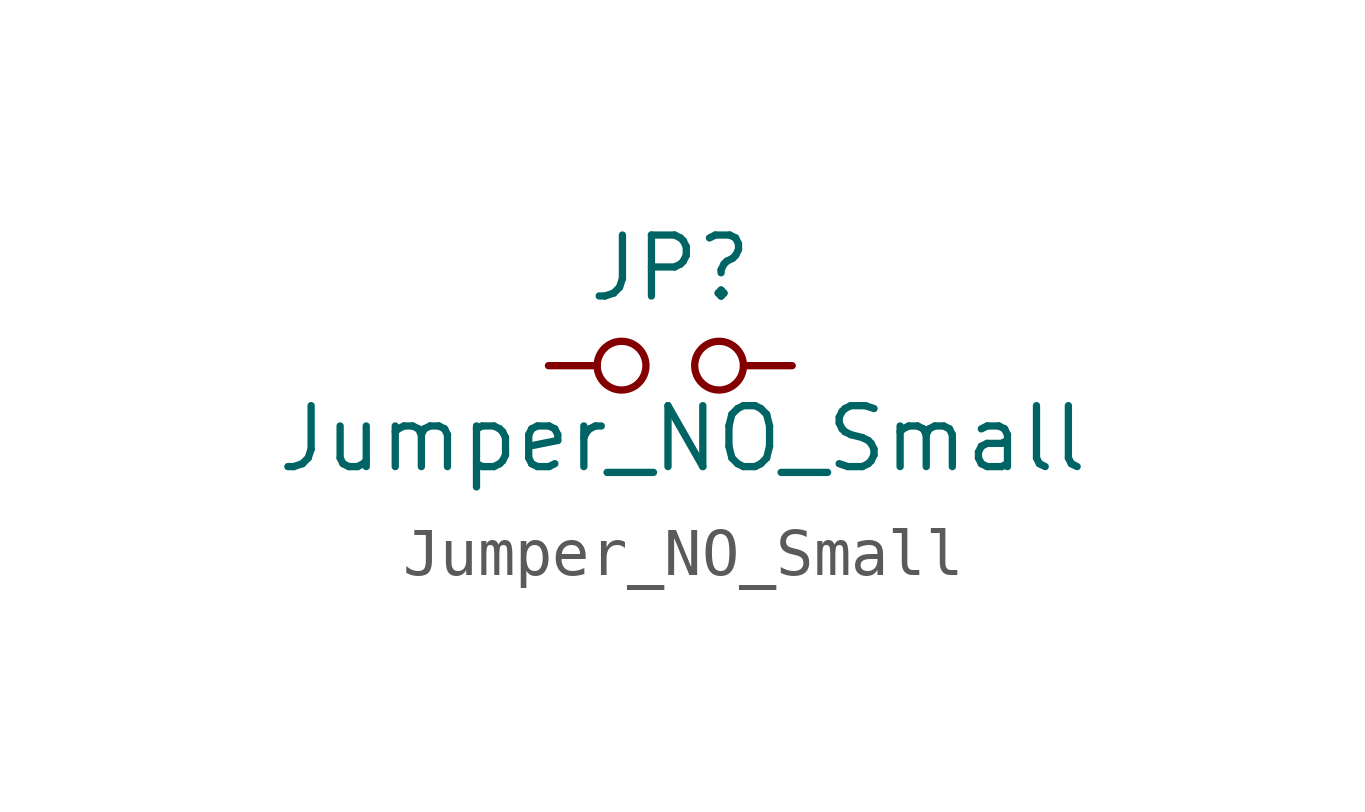
<source format=kicad_sym>
(kicad_symbol_lib
  (version 20231120)
  (generator "kicad_symbol_editor")
  (generator_version "8.0")
  (symbol "Jumper_NO_Small"
    (pin_numbers hide)
    (pin_names
      (offset 0.762) hide)
    (property "Reference" "JP"
      (at 0 2.032 0)
      (effects (font (size 1.27 1.27))))
    (property "Value" "Jumper_NO_Small"
      (at 0.254 -1.524 0)
      (effects (font (size 1.27 1.27))))
    (symbol "Jumper_NO_Small_0_1"
      (circle (center -1.016 0) (radius 0.508) (stroke (width 0) (type solid)) (fill (type none)))
      (circle (center 1.016 0) (radius 0.508) (stroke (width 0) (type solid)) (fill (type none)))
      (pin passive line (at -2.54 0 0) (length 1.016) (name "1" (effects (font (size 1.27 1.27)))) (number "1" (effects (font (size 1.27 1.27)))))
      (pin passive line (at 2.54 0 180) (length 1.016) (name "2" (effects (font (size 1.27 1.27)))) (number "2" (effects (font (size 1.27 1.27))))))))
</source>
